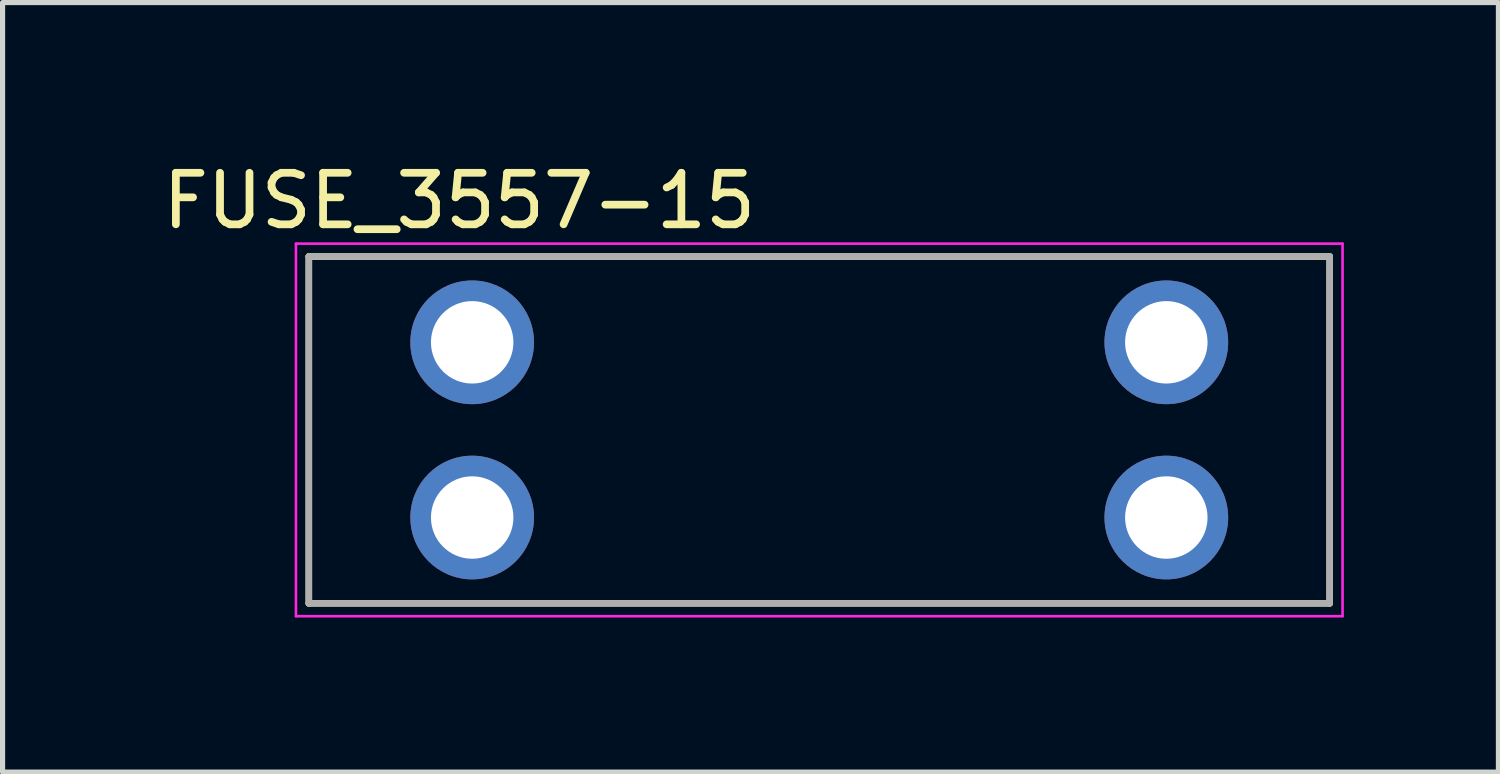
<source format=kicad_pcb>
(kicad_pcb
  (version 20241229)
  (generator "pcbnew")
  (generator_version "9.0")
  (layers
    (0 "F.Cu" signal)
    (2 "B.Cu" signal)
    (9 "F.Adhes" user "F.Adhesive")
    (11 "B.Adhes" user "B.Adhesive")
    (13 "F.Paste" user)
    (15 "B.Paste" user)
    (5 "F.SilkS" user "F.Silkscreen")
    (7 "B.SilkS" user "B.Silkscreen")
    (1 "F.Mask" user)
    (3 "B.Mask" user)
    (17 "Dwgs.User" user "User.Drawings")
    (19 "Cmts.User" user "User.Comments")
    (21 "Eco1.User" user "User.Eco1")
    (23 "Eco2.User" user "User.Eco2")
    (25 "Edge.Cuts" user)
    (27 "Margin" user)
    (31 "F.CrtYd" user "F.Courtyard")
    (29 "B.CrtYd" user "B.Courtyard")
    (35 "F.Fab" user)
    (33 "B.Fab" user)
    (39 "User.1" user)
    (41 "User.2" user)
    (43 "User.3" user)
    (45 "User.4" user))
  (footprint "FUSE_3557-15"
    (layer "F.Cu")
    (at 12.848 5.293)
    (property "Reference" "FUSE_3557-15" (at -6.985 -4.445 0) (layer "F.SilkS") (effects (font (size 1 1) (thickness 0.15))))
    (attr through_hole)
    (fp_line (start -9.905 -3.365) (end -9.905 3.365) (stroke (width 0.127) (type solid)) (layer "F.SilkS"))
    (fp_line (start -9.905 3.365) (end 9.905 3.365) (stroke (width 0.127) (type solid)) (layer "F.SilkS"))
    (fp_line (start 9.905 -3.365) (end -9.905 -3.365) (stroke (width 0.127) (type solid)) (layer "F.SilkS"))
    (fp_line (start 9.905 3.365) (end 9.905 -3.365) (stroke (width 0.127) (type solid)) (layer "F.SilkS"))
    (fp_line (start -10.155 -3.615) (end 10.155 -3.615) (stroke (width 0.05) (type solid)) (layer "F.CrtYd"))
    (fp_line (start -10.155 3.615) (end -10.155 -3.615) (stroke (width 0.05) (type solid)) (layer "F.CrtYd"))
    (fp_line (start 10.155 -3.615) (end 10.155 3.615) (stroke (width 0.05) (type solid)) (layer "F.CrtYd"))
    (fp_line (start 10.155 3.615) (end -10.155 3.615) (stroke (width 0.05) (type solid)) (layer "F.CrtYd"))
    (fp_line (start -9.905 -3.365) (end -9.905 3.365) (stroke (width 0.127) (type solid)) (layer "F.Fab"))
    (fp_line (start -9.905 3.365) (end 9.905 3.365) (stroke (width 0.127) (type solid)) (layer "F.Fab"))
    (fp_line (start 9.905 -3.365) (end -9.905 -3.365) (stroke (width 0.127) (type solid)) (layer "F.Fab"))
    (fp_line (start 9.905 3.365) (end 9.905 -3.365) (stroke (width 0.127) (type solid)) (layer "F.Fab"))
    (pad "1_1" thru_hole circle (at -6.735 -1.7) (size 2.4 2.4) (drill 1.6) (layers "*.Cu" "*.Mask"))
    (pad "1_2" thru_hole circle (at -6.735 1.7) (size 2.4 2.4) (drill 1.6) (layers "*.Cu" "*.Mask"))
    (pad "2_1" thru_hole circle (at 6.735 -1.7) (size 2.4 2.4) (drill 1.6) (layers "*.Cu" "*.Mask"))
    (pad "2_2" thru_hole circle (at 6.735 1.7) (size 2.4 2.4) (drill 1.6) (layers "*.Cu" "*.Mask")))
  (gr_rect
    (start -3 -3)
    (end 26.028 11.933)
    (stroke (width 0.1) (type default))
    (fill no)
    (layer "Edge.Cuts")))
</source>
